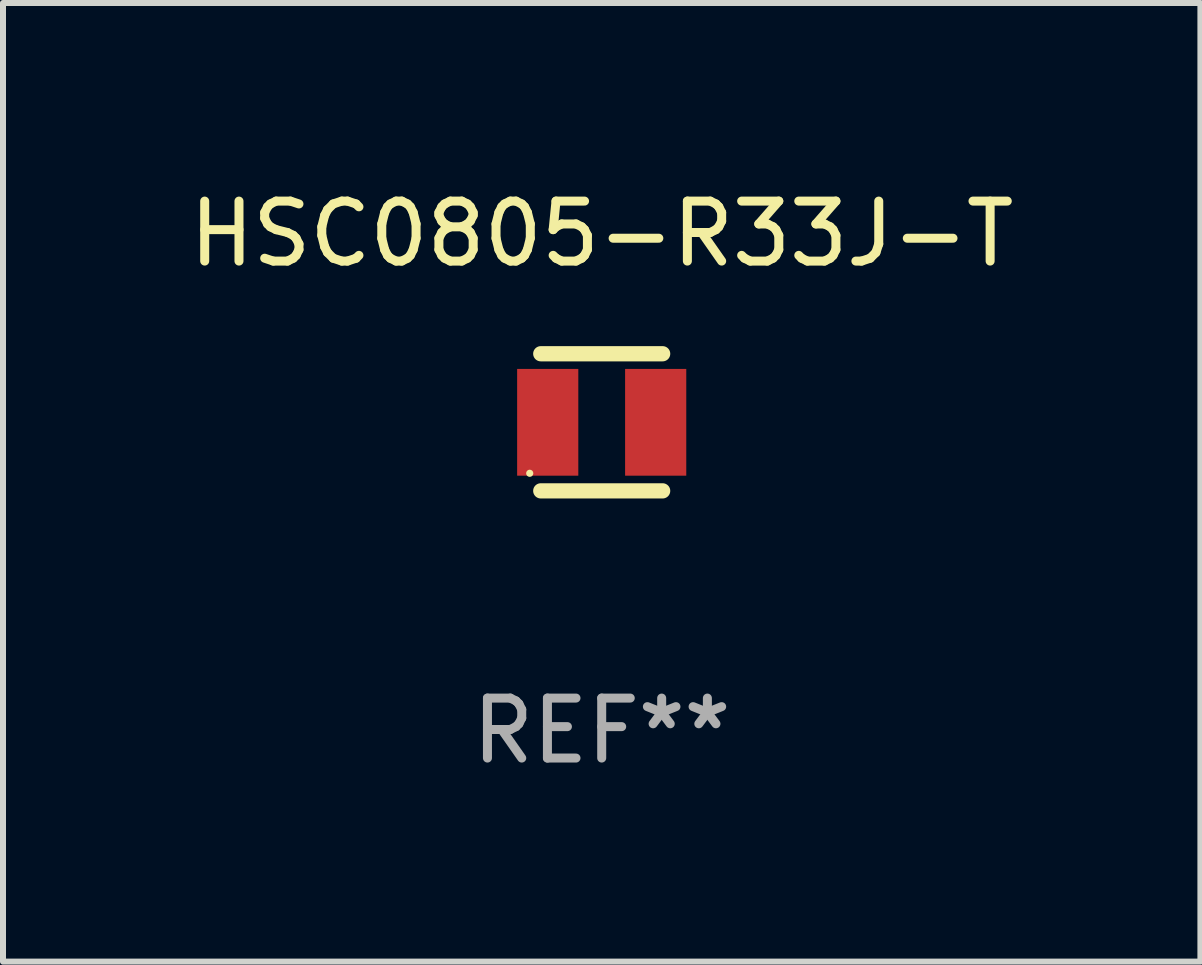
<source format=kicad_pcb>
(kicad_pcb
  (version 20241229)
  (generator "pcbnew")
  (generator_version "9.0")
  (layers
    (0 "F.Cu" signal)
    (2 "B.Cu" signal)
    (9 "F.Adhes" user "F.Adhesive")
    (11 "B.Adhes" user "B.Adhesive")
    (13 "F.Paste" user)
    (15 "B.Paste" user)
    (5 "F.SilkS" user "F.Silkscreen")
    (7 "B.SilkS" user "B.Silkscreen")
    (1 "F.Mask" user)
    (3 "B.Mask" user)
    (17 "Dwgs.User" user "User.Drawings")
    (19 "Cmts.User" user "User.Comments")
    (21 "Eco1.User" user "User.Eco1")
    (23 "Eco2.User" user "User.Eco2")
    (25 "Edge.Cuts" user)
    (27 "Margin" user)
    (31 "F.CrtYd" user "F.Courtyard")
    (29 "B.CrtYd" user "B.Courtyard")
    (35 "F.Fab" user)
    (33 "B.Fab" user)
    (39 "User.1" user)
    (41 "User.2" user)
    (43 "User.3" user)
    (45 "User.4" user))
  (footprint "HSC0805-R33J-T"
    (layer "F.Cu")
    (at 6.982 3.991)
    (property "Reference" "HSC0805-R33J-T" (at 0 -3.143 0) (layer "F.SilkS") (effects (font (size 1 1) (thickness 0.15))))
    (attr through_hole)
    (fp_line (start -1.016 -1.143) (end 1.016 -1.143) (stroke (width 0.254) (type solid)) (layer "F.SilkS"))
    (fp_line (start -1.016 1.143) (end 1.016 1.143) (stroke (width 0.254) (type solid)) (layer "F.SilkS"))
    (fp_circle (center -1.2 0.85) (end -1.17 0.85) (stroke (width 0.06) (type solid)) (fill no) (layer "F.SilkS"))
    (fp_text user "REF**" (at 0 5.143 0) (layer "F.Fab") (effects (font (size 1 1) (thickness 0.15))))
    (pad "1" smd rect (at -0.9 0) (size 1.02 1.78) (layers "F.Cu" "F.Mask" "F.Paste"))
    (pad "2" smd rect (at 0.9 0) (size 1.02 1.78) (layers "F.Cu" "F.Mask" "F.Paste")))
  (gr_rect
    (start -3 -3)
    (end 16.964 12.983)
    (stroke (width 0.1) (type default))
    (fill no)
    (layer "Edge.Cuts")))
</source>
